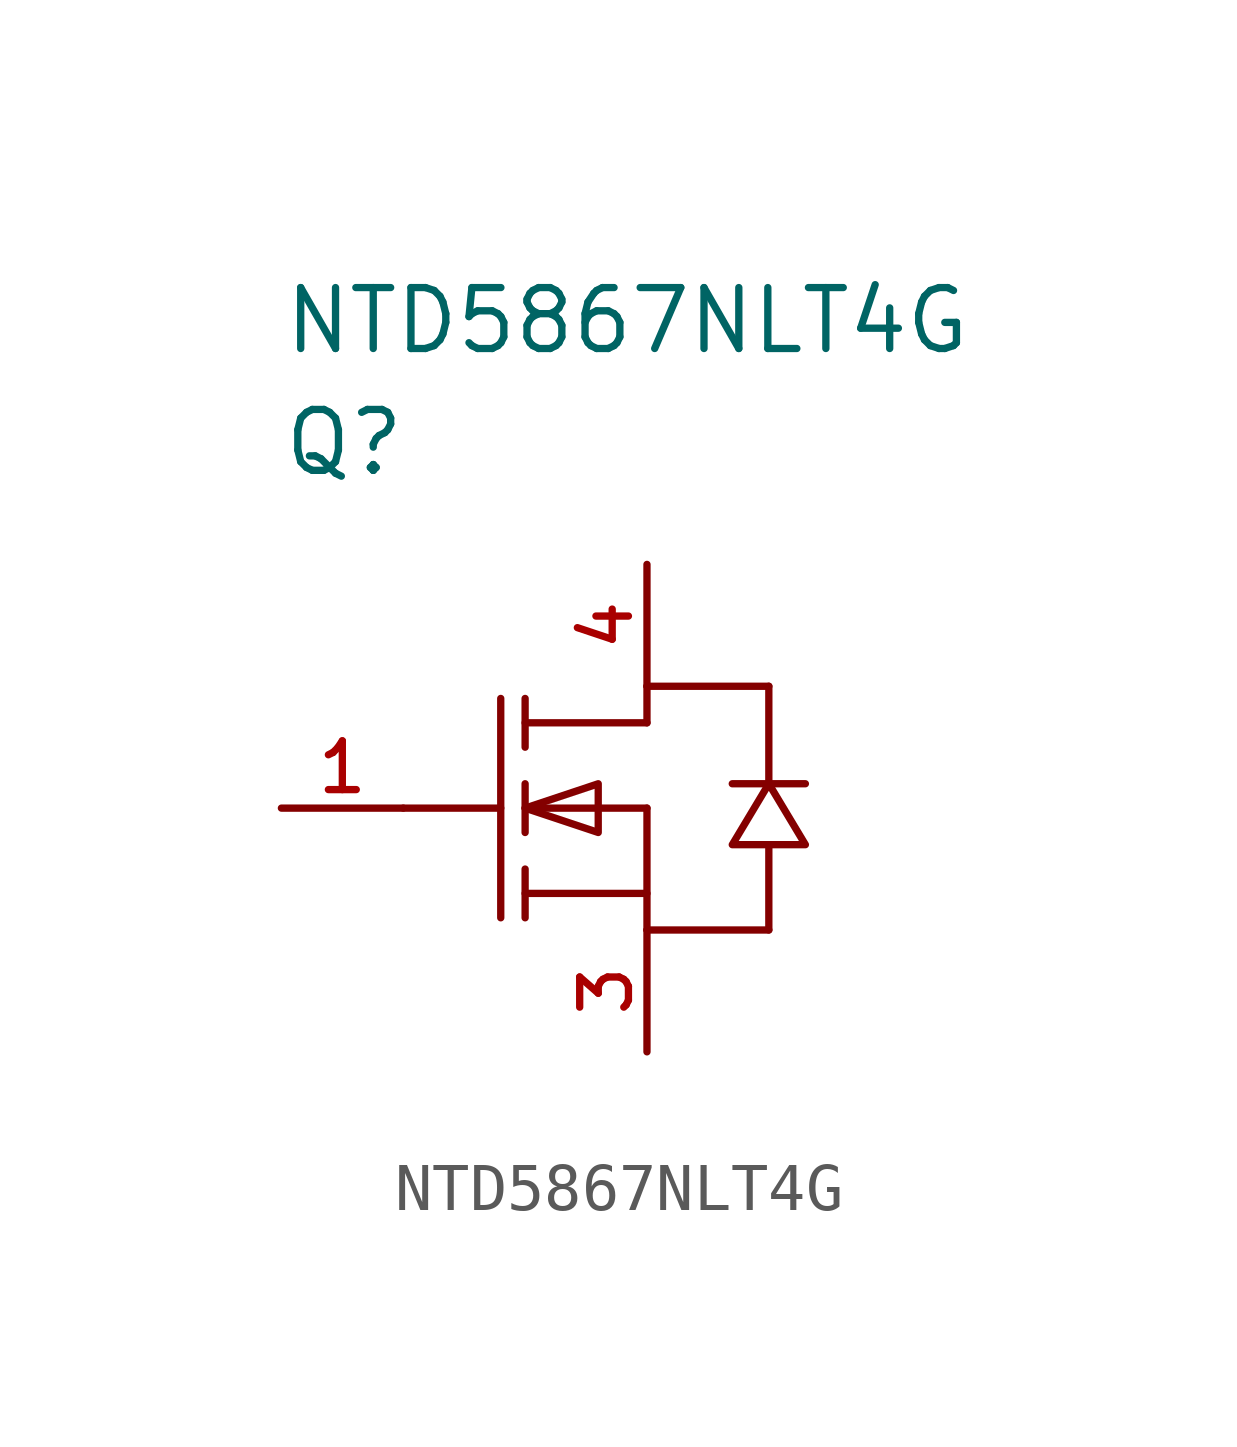
<source format=kicad_sym>
(kicad_symbol_lib
  (version 20220914)
  (generator kicad_symbol_editor)
  (symbol "NTD5867NLT4G"
    (pin_names
      (offset 1.016))
    (property "Reference" "Q"
      (at 0 7.62 0)
      (effects (font (size 1.27 1.27)) (justify left)))
    (property "Value" "NTD5867NLT4G"
      (at 0 10.16 0)
      (effects (font (size 1.27 1.27)) (justify left)))
    (property "ki_locked" ""
      (at 0 0 0)
      (effects (font (size 1.27 1.27))))
    (symbol "NTD5867NLT4G_1_1"
      (polyline (pts (xy 2.54 0) (xy 4.572 0)) (stroke (width 0) (type default)) (fill (type none)))
      (polyline (pts (xy 4.572 2.286) (xy 4.572 -2.286)) (stroke (width 0) (type default)) (fill (type none)))
      (polyline (pts (xy 5.08 -2.286) (xy 5.08 -1.27)) (stroke (width 0) (type default)) (fill (type none)))
      (polyline (pts (xy 5.08 -0.508) (xy 5.08 0.508)) (stroke (width 0) (type default)) (fill (type none)))
      (polyline (pts (xy 5.08 2.286) (xy 5.08 1.27)) (stroke (width 0) (type default)) (fill (type none)))
      (polyline (pts (xy 7.62 -2.54) (xy 10.16 -2.54)) (stroke (width 0) (type default)) (fill (type none)))
      (polyline (pts (xy 7.62 -1.778) (xy 5.08 -1.778)) (stroke (width 0) (type default)) (fill (type none)))
      (polyline (pts (xy 7.62 0) (xy 5.08 0)) (stroke (width 0) (type default)) (fill (type none)))
      (polyline (pts (xy 7.62 0) (xy 7.62 -2.54)) (stroke (width 0) (type default)) (fill (type none)))
      (polyline (pts (xy 7.62 1.778) (xy 5.08 1.778)) (stroke (width 0) (type default)) (fill (type none)))
      (polyline (pts (xy 7.62 1.778) (xy 7.62 2.54)) (stroke (width 0) (type default)) (fill (type none)))
      (polyline (pts (xy 7.62 2.54) (xy 10.16 2.54)) (stroke (width 0) (type default)) (fill (type none)))
      (polyline (pts (xy 9.398 0.508) (xy 10.922 0.508)) (stroke (width 0) (type default)) (fill (type none)))
      (polyline (pts (xy 10.16 -2.54) (xy 10.16 -0.762)) (stroke (width 0) (type default)) (fill (type none)))
      (polyline (pts (xy 10.16 2.54) (xy 10.16 0.508)) (stroke (width 0) (type default)) (fill (type none)))
      (polyline (pts (xy 6.604 -0.508) (xy 6.604 0.508) (xy 5.08 0) (xy 6.604 -0.508)) (stroke (width 0) (type default)) (fill (type none)))
      (polyline (pts (xy 9.398 -0.762) (xy 10.922 -0.762) (xy 10.16 0.508) (xy 9.398 -0.762)) (stroke (width 0) (type default)) (fill (type none)))
      (pin passive line (at 0 0 0) (length 2.54) (name "G" (effects (font (size 0 0)))) (number "1" (effects (font (size 1.016 1.016)))))
      (pin passive line (at 7.62 -5.08 90) (length 2.54) (name "S" (effects (font (size 0 0)))) (number "3" (effects (font (size 1.016 1.016)))))
      (pin passive line (at 7.62 5.08 270) (length 2.54) (name "D" (effects (font (size 0 0)))) (number "4" (effects (font (size 1.016 1.016))))))))
</source>
